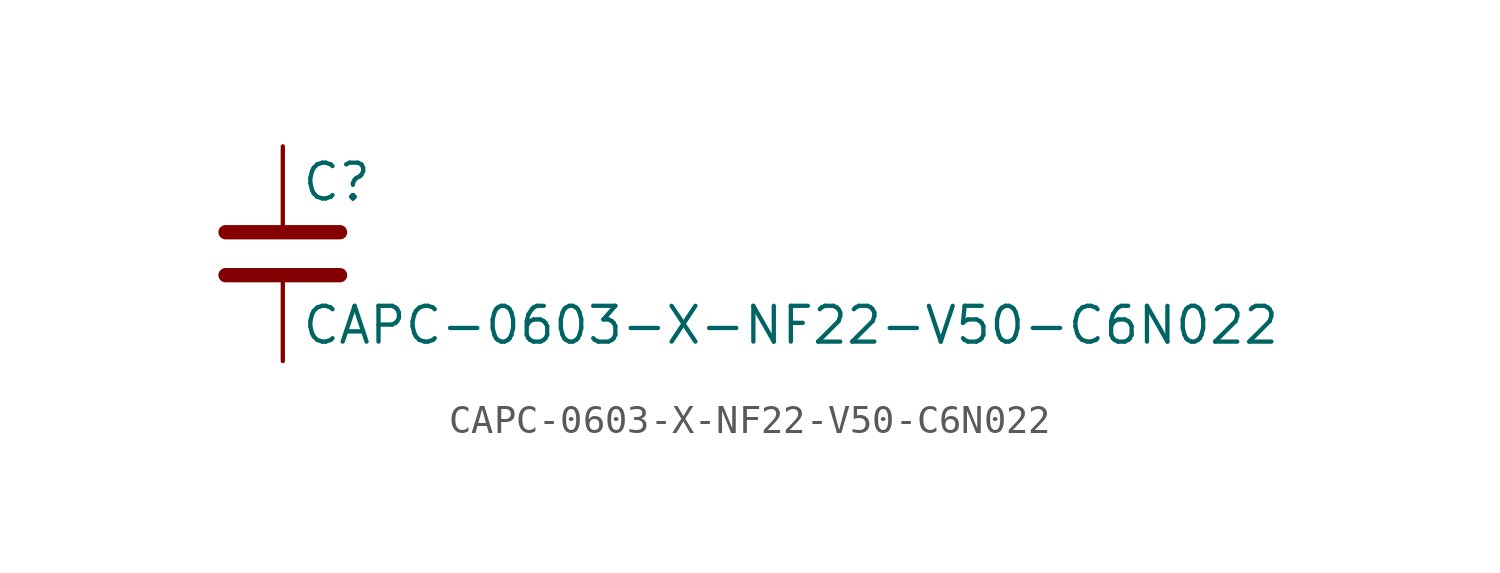
<source format=kicad_sym>
(kicad_symbol_lib
  (version 20211014)
  (generator kicad_symbol_editor)
  (symbol "CAPC-0603-X-NF22-V50-C6N022"
    (pin_numbers hide)
    (pin_names
      (offset 0.254))
    (property "Reference" "C"
      (at 0.635 2.54 0)
      (effects (font (size 1.27 1.27)) (justify left)))
    (property "Value" "CAPC-0603-X-NF22-V50-C6N022"
      (at 0.635 -2.54 0)
      (effects (font (size 1.27 1.27)) (justify left)))
    (symbol "CAPC-0603-X-NF22-V50-C6N022_0_1"
      (polyline (pts (xy -2.032 -0.762) (xy 2.032 -0.762)) (stroke (width 0.508) (type default) (color 0 0 0 0)) (fill (type none)))
      (polyline (pts (xy -2.032 0.762) (xy 2.032 0.762)) (stroke (width 0.508) (type default) (color 0 0 0 0)) (fill (type none))))
    (symbol "CAPC-0603-X-NF22-V50-C6N022_1_1"
      (pin passive line (at 0 3.81 270) (length 2.794) (name "~" (effects (font (size 1.27 1.27)))) (number "1" (effects (font (size 1.27 1.27)))))
      (pin passive line (at 0 -3.81 90) (length 2.794) (name "~" (effects (font (size 1.27 1.27)))) (number "2" (effects (font (size 1.27 1.27))))))))
</source>
